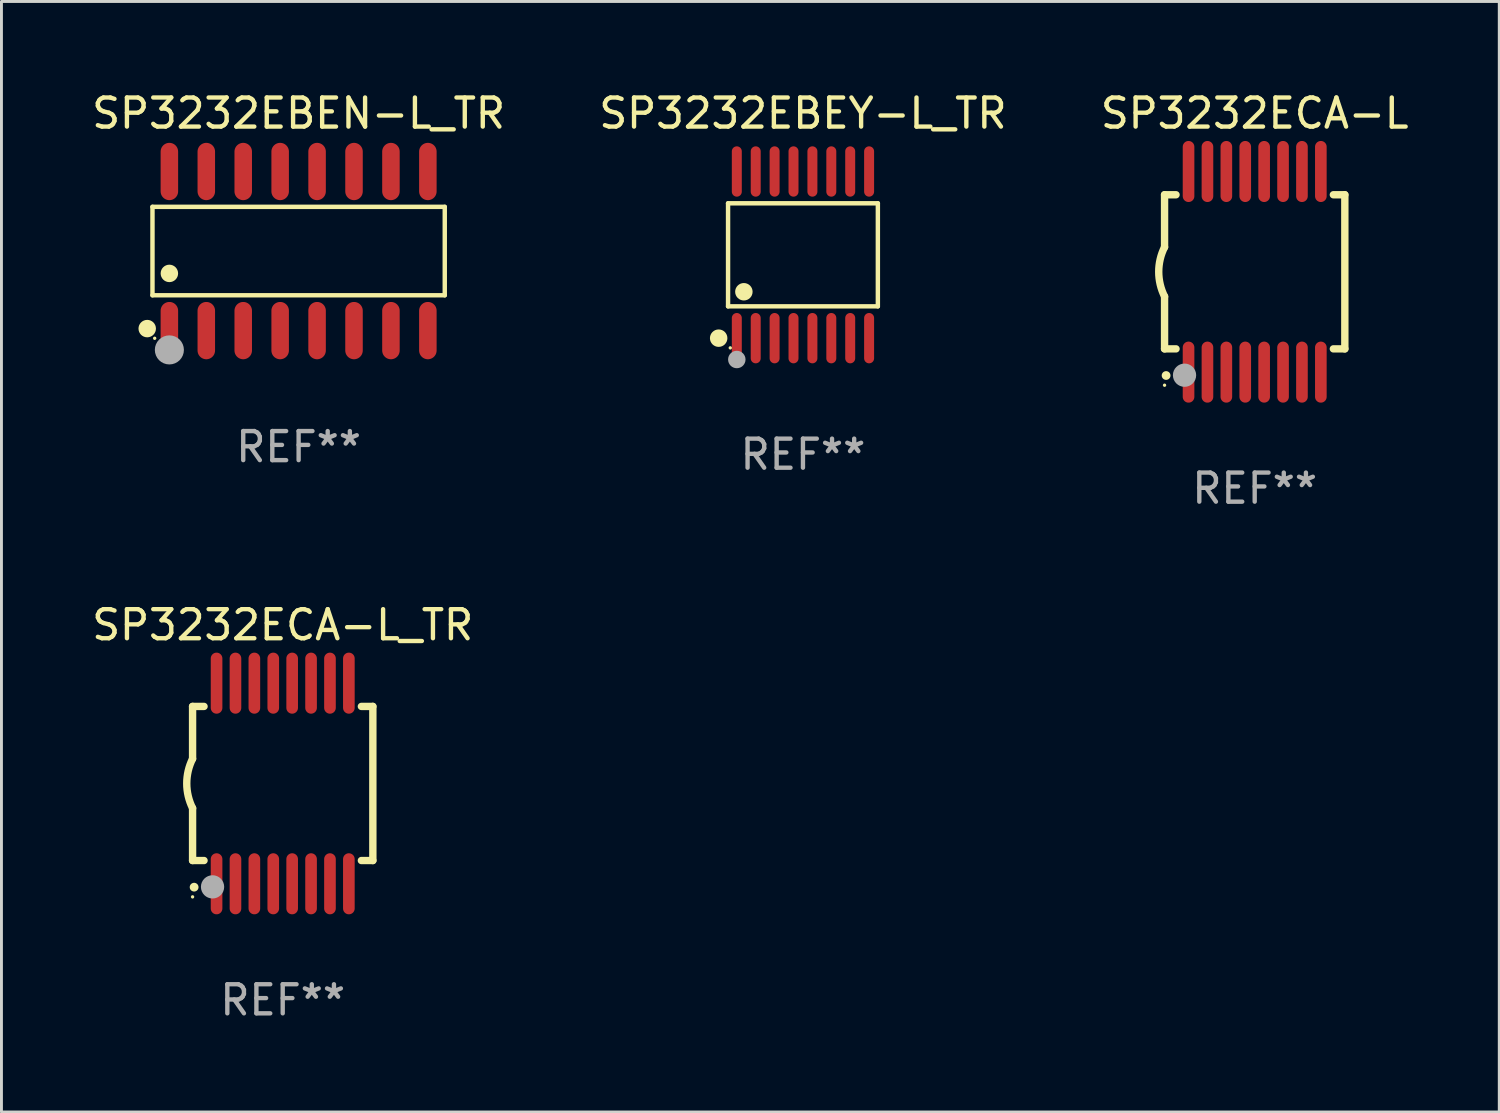
<source format=kicad_pcb>
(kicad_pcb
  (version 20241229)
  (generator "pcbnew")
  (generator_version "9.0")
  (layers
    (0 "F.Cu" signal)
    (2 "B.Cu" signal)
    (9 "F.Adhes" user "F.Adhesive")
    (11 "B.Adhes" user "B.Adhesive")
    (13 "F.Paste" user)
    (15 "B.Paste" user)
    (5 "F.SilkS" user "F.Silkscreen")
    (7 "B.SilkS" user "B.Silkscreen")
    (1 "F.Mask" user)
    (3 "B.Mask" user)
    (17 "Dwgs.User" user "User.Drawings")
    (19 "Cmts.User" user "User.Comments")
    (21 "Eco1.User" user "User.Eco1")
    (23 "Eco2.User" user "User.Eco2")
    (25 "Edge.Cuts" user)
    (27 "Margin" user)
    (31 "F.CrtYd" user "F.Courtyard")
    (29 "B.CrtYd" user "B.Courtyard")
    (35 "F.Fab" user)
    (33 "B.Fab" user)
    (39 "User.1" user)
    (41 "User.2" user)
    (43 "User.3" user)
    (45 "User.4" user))
  (footprint "SP3232ECA-L"
    (layer "F.Cu")
    (at 40.101 6.298)
    (property "Reference" "SP3232ECA-L" (at 0 -5.45 0) (layer "F.SilkS") (effects (font (size 1 1) (thickness 0.15))))
    (attr through_hole)
    (fp_line (start -3.1 -2.65) (end -3.1 -0.85) (stroke (width 0.254) (type solid)) (layer "F.SilkS"))
    (fp_line (start -3.1 -2.65) (end -2.706 -2.65) (stroke (width 0.254) (type solid)) (layer "F.SilkS"))
    (fp_line (start -3.1 2.65) (end -3.1 0.85) (stroke (width 0.254) (type solid)) (layer "F.SilkS"))
    (fp_line (start -3.1 2.65) (end -2.706 2.65) (stroke (width 0.254) (type solid)) (layer "F.SilkS"))
    (fp_line (start 2.706 -2.65) (end 3.1 -2.65) (stroke (width 0.254) (type solid)) (layer "F.SilkS"))
    (fp_line (start 2.706 2.65) (end 3.1 2.65) (stroke (width 0.254) (type solid)) (layer "F.SilkS"))
    (fp_line (start 3.1 -2.65) (end 3.1 2.65) (stroke (width 0.254) (type solid)) (layer "F.SilkS"))
    (fp_arc (start -3.098907 0.850902) (mid -3.300057 0.000523) (end -3.1 -0.850114) (stroke (width 0.254001) (type solid)) (layer "F.SilkS"))
    (fp_arc (start -3.048006 3.566066) (mid -3.046736 3.566061) (end -3.045466 3.566066) (stroke (width 0.3) (type solid)) (layer "F.SilkS"))
    (fp_circle (center -3.1 3.9) (end -3.07 3.9) (stroke (width 0.06) (type solid)) (fill no) (layer "F.SilkS"))
    (fp_circle (center -2.413 3.556) (end -2.213 3.556) (stroke (width 0.4) (type solid)) (fill no) (layer "F.Fab"))
    (fp_text user "REF**" (at 0 7.45 0) (layer "F.Fab") (effects (font (size 1 1) (thickness 0.15))))
    (pad "1" smd oval (at -2.275 3.45 180) (size 0.4 2.1) (layers "F.Cu" "F.Mask" "F.Paste"))
    (pad "2" smd oval (at -1.625 3.45 180) (size 0.4 2.1) (layers "F.Cu" "F.Mask" "F.Paste"))
    (pad "3" smd oval (at -0.975 3.45 180) (size 0.4 2.1) (layers "F.Cu" "F.Mask" "F.Paste"))
    (pad "4" smd oval (at -0.325 3.45 180) (size 0.4 2.1) (layers "F.Cu" "F.Mask" "F.Paste"))
    (pad "5" smd oval (at 0.325 3.45 180) (size 0.4 2.1) (layers "F.Cu" "F.Mask" "F.Paste"))
    (pad "6" smd oval (at 0.975 3.45 180) (size 0.4 2.1) (layers "F.Cu" "F.Mask" "F.Paste"))
    (pad "7" smd oval (at 1.625 3.45 180) (size 0.4 2.1) (layers "F.Cu" "F.Mask" "F.Paste"))
    (pad "8" smd oval (at 2.275 3.45 180) (size 0.4 2.1) (layers "F.Cu" "F.Mask" "F.Paste"))
    (pad "9" smd oval (at 2.275 -3.45 180) (size 0.4 2.1) (layers "F.Cu" "F.Mask" "F.Paste"))
    (pad "10" smd oval (at 1.625 -3.45 180) (size 0.4 2.1) (layers "F.Cu" "F.Mask" "F.Paste"))
    (pad "11" smd oval (at 0.975 -3.45 180) (size 0.4 2.1) (layers "F.Cu" "F.Mask" "F.Paste"))
    (pad "12" smd oval (at 0.325 -3.45 180) (size 0.4 2.1) (layers "F.Cu" "F.Mask" "F.Paste"))
    (pad "13" smd oval (at -0.325 -3.45 180) (size 0.4 2.1) (layers "F.Cu" "F.Mask" "F.Paste"))
    (pad "14" smd oval (at -0.975 -3.45 180) (size 0.4 2.1) (layers "F.Cu" "F.Mask" "F.Paste"))
    (pad "15" smd oval (at -1.625 -3.45 180) (size 0.4 2.1) (layers "F.Cu" "F.Mask" "F.Paste"))
    (pad "16" smd oval (at -2.275 -3.45 180) (size 0.4 2.1) (layers "F.Cu" "F.Mask" "F.Paste")))
  (footprint "SP3232EBEY-L_TR"
    (layer "F.Cu")
    (at 24.565 5.714)
    (property "Reference" "SP3232EBEY-L_TR" (at 0 -4.866 0) (layer "F.SilkS") (effects (font (size 1 1) (thickness 0.15))))
    (attr through_hole)
    (fp_line (start -2.576 -1.772) (end 2.576 -1.772) (stroke (width 0.152) (type solid)) (layer "F.SilkS"))
    (fp_line (start -2.576 1.771) (end -2.576 -1.772) (stroke (width 0.152) (type solid)) (layer "F.SilkS"))
    (fp_line (start 2.576 -1.772) (end 2.576 1.771) (stroke (width 0.152) (type solid)) (layer "F.SilkS"))
    (fp_line (start 2.576 1.771) (end -2.576 1.771) (stroke (width 0.152) (type solid)) (layer "F.SilkS"))
    (fp_circle (center -2.899 2.866) (end -2.749 2.866) (stroke (width 0.3) (type solid)) (fill no) (layer "F.SilkS"))
    (fp_circle (center -2.5 3.2) (end -2.47 3.2) (stroke (width 0.06) (type solid)) (fill no) (layer "F.SilkS"))
    (fp_circle (center -2.032 1.27) (end -1.882 1.27) (stroke (width 0.3) (type solid)) (fill no) (layer "F.SilkS"))
    (fp_circle (center -2.275 3.6) (end -2.125 3.6) (stroke (width 0.3) (type solid)) (fill no) (layer "F.Fab"))
    (fp_text user "REF**" (at 0 6.866 0) (layer "F.Fab") (effects (font (size 1 1) (thickness 0.15))))
    (pad "1" smd oval (at -2.275 2.866) (size 0.343 1.731) (layers "F.Cu" "F.Mask" "F.Paste"))
    (pad "2" smd oval (at -1.625 2.866) (size 0.343 1.731) (layers "F.Cu" "F.Mask" "F.Paste"))
    (pad "3" smd oval (at -0.975 2.866) (size 0.343 1.731) (layers "F.Cu" "F.Mask" "F.Paste"))
    (pad "4" smd oval (at -0.325 2.866) (size 0.343 1.731) (layers "F.Cu" "F.Mask" "F.Paste"))
    (pad "5" smd oval (at 0.325 2.866) (size 0.343 1.731) (layers "F.Cu" "F.Mask" "F.Paste"))
    (pad "6" smd oval (at 0.975 2.866) (size 0.343 1.731) (layers "F.Cu" "F.Mask" "F.Paste"))
    (pad "7" smd oval (at 1.625 2.866) (size 0.343 1.731) (layers "F.Cu" "F.Mask" "F.Paste"))
    (pad "8" smd oval (at 2.275 2.866) (size 0.343 1.731) (layers "F.Cu" "F.Mask" "F.Paste"))
    (pad "9" smd oval (at 2.275 -2.866) (size 0.343 1.731) (layers "F.Cu" "F.Mask" "F.Paste"))
    (pad "10" smd oval (at 1.625 -2.866) (size 0.343 1.731) (layers "F.Cu" "F.Mask" "F.Paste"))
    (pad "11" smd oval (at 0.975 -2.866) (size 0.343 1.731) (layers "F.Cu" "F.Mask" "F.Paste"))
    (pad "12" smd oval (at 0.325 -2.866) (size 0.343 1.731) (layers "F.Cu" "F.Mask" "F.Paste"))
    (pad "13" smd oval (at -0.325 -2.866) (size 0.343 1.731) (layers "F.Cu" "F.Mask" "F.Paste"))
    (pad "14" smd oval (at -0.975 -2.866) (size 0.343 1.731) (layers "F.Cu" "F.Mask" "F.Paste"))
    (pad "15" smd oval (at -1.625 -2.866) (size 0.343 1.731) (layers "F.Cu" "F.Mask" "F.Paste"))
    (pad "16" smd oval (at -2.275 -2.866) (size 0.343 1.731) (layers "F.Cu" "F.Mask" "F.Paste")))
  (footprint "SP3232EBEN-L_TR"
    (layer "F.Cu")
    (at 7.22 5.584)
    (property "Reference" "SP3232EBEN-L_TR" (at 0 -4.736 0) (layer "F.SilkS") (effects (font (size 1 1) (thickness 0.15))))
    (attr through_hole)
    (fp_line (start -5.026 -1.521) (end 5.026 -1.521) (stroke (width 0.152) (type solid)) (layer "F.SilkS"))
    (fp_line (start -5.026 1.521) (end -5.026 -1.521) (stroke (width 0.152) (type solid)) (layer "F.SilkS"))
    (fp_line (start 5.026 -1.521) (end 5.026 1.521) (stroke (width 0.152) (type solid)) (layer "F.SilkS"))
    (fp_line (start 5.026 1.521) (end -5.026 1.521) (stroke (width 0.152) (type solid)) (layer "F.SilkS"))
    (fp_circle (center -5.207 2.667) (end -5.057 2.667) (stroke (width 0.3) (type solid)) (fill no) (layer "F.SilkS"))
    (fp_circle (center -4.95 3) (end -4.92 3) (stroke (width 0.06) (type solid)) (fill no) (layer "F.SilkS"))
    (fp_circle (center -4.445 0.769) (end -4.295 0.769) (stroke (width 0.3) (type solid)) (fill no) (layer "F.SilkS"))
    (fp_circle (center -4.445 3.4) (end -4.195 3.4) (stroke (width 0.5) (type solid)) (fill no) (layer "F.Fab"))
    (fp_text user "REF**" (at 0 6.736 0) (layer "F.Fab") (effects (font (size 1 1) (thickness 0.15))))
    (pad "1" smd oval (at -4.445 2.736) (size 0.602 1.971) (layers "F.Cu" "F.Mask" "F.Paste"))
    (pad "2" smd oval (at -3.175 2.736) (size 0.602 1.971) (layers "F.Cu" "F.Mask" "F.Paste"))
    (pad "3" smd oval (at -1.905 2.736) (size 0.602 1.971) (layers "F.Cu" "F.Mask" "F.Paste"))
    (pad "4" smd oval (at -0.635 2.736) (size 0.602 1.971) (layers "F.Cu" "F.Mask" "F.Paste"))
    (pad "5" smd oval (at 0.635 2.736) (size 0.602 1.971) (layers "F.Cu" "F.Mask" "F.Paste"))
    (pad "6" smd oval (at 1.905 2.736) (size 0.602 1.971) (layers "F.Cu" "F.Mask" "F.Paste"))
    (pad "7" smd oval (at 3.175 2.736) (size 0.602 1.971) (layers "F.Cu" "F.Mask" "F.Paste"))
    (pad "8" smd oval (at 4.445 2.736) (size 0.602 1.971) (layers "F.Cu" "F.Mask" "F.Paste"))
    (pad "9" smd oval (at 4.445 -2.736) (size 0.602 1.971) (layers "F.Cu" "F.Mask" "F.Paste"))
    (pad "10" smd oval (at 3.175 -2.736) (size 0.602 1.971) (layers "F.Cu" "F.Mask" "F.Paste"))
    (pad "11" smd oval (at 1.905 -2.736) (size 0.602 1.971) (layers "F.Cu" "F.Mask" "F.Paste"))
    (pad "12" smd oval (at 0.635 -2.736) (size 0.602 1.971) (layers "F.Cu" "F.Mask" "F.Paste"))
    (pad "13" smd oval (at -0.635 -2.736) (size 0.602 1.971) (layers "F.Cu" "F.Mask" "F.Paste"))
    (pad "14" smd oval (at -1.905 -2.736) (size 0.602 1.971) (layers "F.Cu" "F.Mask" "F.Paste"))
    (pad "15" smd oval (at -3.175 -2.736) (size 0.602 1.971) (layers "F.Cu" "F.Mask" "F.Paste"))
    (pad "16" smd oval (at -4.445 -2.736) (size 0.602 1.971) (layers "F.Cu" "F.Mask" "F.Paste")))
  (footprint "SP3232ECA-L_TR"
    (layer "F.Cu")
    (at 6.673 23.895)
    (property "Reference" "SP3232ECA-L_TR" (at 0 -5.45 0) (layer "F.SilkS") (effects (font (size 1 1) (thickness 0.15))))
    (attr through_hole)
    (fp_line (start -3.1 -2.65) (end -3.1 -0.85) (stroke (width 0.254) (type solid)) (layer "F.SilkS"))
    (fp_line (start -3.1 -2.65) (end -2.706 -2.65) (stroke (width 0.254) (type solid)) (layer "F.SilkS"))
    (fp_line (start -3.1 2.65) (end -3.1 0.85) (stroke (width 0.254) (type solid)) (layer "F.SilkS"))
    (fp_line (start -3.1 2.65) (end -2.706 2.65) (stroke (width 0.254) (type solid)) (layer "F.SilkS"))
    (fp_line (start 2.706 -2.65) (end 3.1 -2.65) (stroke (width 0.254) (type solid)) (layer "F.SilkS"))
    (fp_line (start 2.706 2.65) (end 3.1 2.65) (stroke (width 0.254) (type solid)) (layer "F.SilkS"))
    (fp_line (start 3.1 -2.65) (end 3.1 2.65) (stroke (width 0.254) (type solid)) (layer "F.SilkS"))
    (fp_arc (start -3.098907 0.850902) (mid -3.300057 0.000523) (end -3.1 -0.850114) (stroke (width 0.254001) (type solid)) (layer "F.SilkS"))
    (fp_arc (start -3.048006 3.566066) (mid -3.046736 3.566061) (end -3.045466 3.566066) (stroke (width 0.3) (type solid)) (layer "F.SilkS"))
    (fp_circle (center -3.1 3.9) (end -3.07 3.9) (stroke (width 0.06) (type solid)) (fill no) (layer "F.SilkS"))
    (fp_circle (center -2.413 3.556) (end -2.213 3.556) (stroke (width 0.4) (type solid)) (fill no) (layer "F.Fab"))
    (fp_text user "REF**" (at 0 7.45 0) (layer "F.Fab") (effects (font (size 1 1) (thickness 0.15))))
    (pad "1" smd oval (at -2.275 3.45 180) (size 0.4 2.1) (layers "F.Cu" "F.Mask" "F.Paste"))
    (pad "2" smd oval (at -1.625 3.45 180) (size 0.4 2.1) (layers "F.Cu" "F.Mask" "F.Paste"))
    (pad "3" smd oval (at -0.975 3.45 180) (size 0.4 2.1) (layers "F.Cu" "F.Mask" "F.Paste"))
    (pad "4" smd oval (at -0.325 3.45 180) (size 0.4 2.1) (layers "F.Cu" "F.Mask" "F.Paste"))
    (pad "5" smd oval (at 0.325 3.45 180) (size 0.4 2.1) (layers "F.Cu" "F.Mask" "F.Paste"))
    (pad "6" smd oval (at 0.975 3.45 180) (size 0.4 2.1) (layers "F.Cu" "F.Mask" "F.Paste"))
    (pad "7" smd oval (at 1.625 3.45 180) (size 0.4 2.1) (layers "F.Cu" "F.Mask" "F.Paste"))
    (pad "8" smd oval (at 2.275 3.45 180) (size 0.4 2.1) (layers "F.Cu" "F.Mask" "F.Paste"))
    (pad "9" smd oval (at 2.275 -3.45 180) (size 0.4 2.1) (layers "F.Cu" "F.Mask" "F.Paste"))
    (pad "10" smd oval (at 1.625 -3.45 180) (size 0.4 2.1) (layers "F.Cu" "F.Mask" "F.Paste"))
    (pad "11" smd oval (at 0.975 -3.45 180) (size 0.4 2.1) (layers "F.Cu" "F.Mask" "F.Paste"))
    (pad "12" smd oval (at 0.325 -3.45 180) (size 0.4 2.1) (layers "F.Cu" "F.Mask" "F.Paste"))
    (pad "13" smd oval (at -0.325 -3.45 180) (size 0.4 2.1) (layers "F.Cu" "F.Mask" "F.Paste"))
    (pad "14" smd oval (at -0.975 -3.45 180) (size 0.4 2.1) (layers "F.Cu" "F.Mask" "F.Paste"))
    (pad "15" smd oval (at -1.625 -3.45 180) (size 0.4 2.1) (layers "F.Cu" "F.Mask" "F.Paste"))
    (pad "16" smd oval (at -2.275 -3.45 180) (size 0.4 2.1) (layers "F.Cu" "F.Mask" "F.Paste")))
  (gr_rect
    (start -3 -3)
    (end 48.512 35.193)
    (stroke (width 0.1) (type default))
    (fill no)
    (layer "Edge.Cuts")))
</source>
